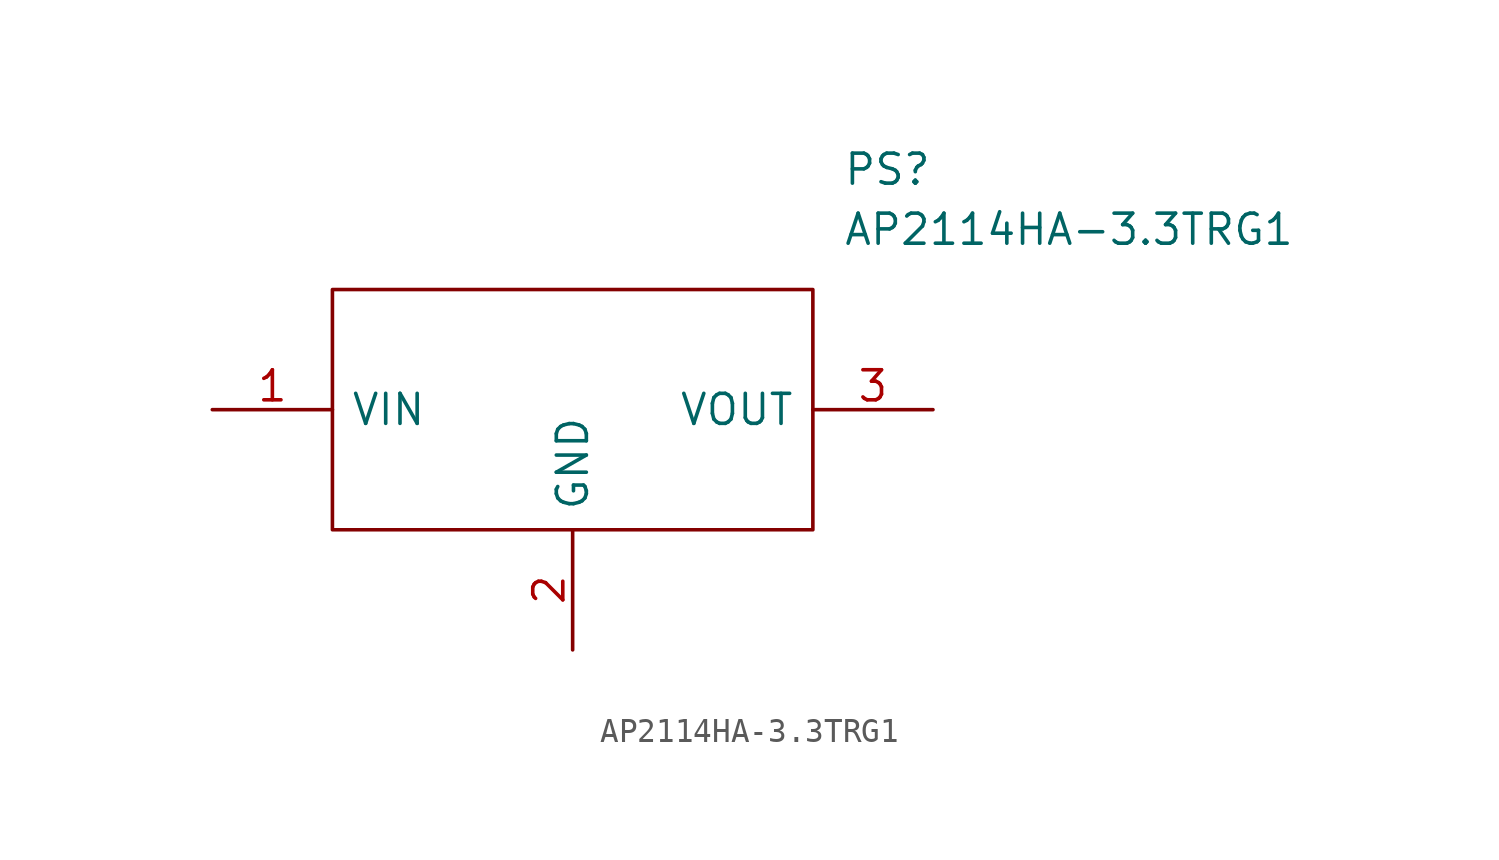
<source format=kicad_sym>
(kicad_symbol_lib
  (version 20211014)
  (generator kicad_symbol_editor)
  (symbol "AP2114HA-3.3TRG1"
    (pin_names
      (offset 0.762))
    (property "Reference" "PS"
      (at 26.67 7.62 0)
      (effects (font (size 1.27 1.27)) (justify left)))
    (property "Value" "AP2114HA-3.3TRG1"
      (at 26.67 5.08 0)
      (effects (font (size 1.27 1.27)) (justify left)))
    (symbol "AP2114HA-3.3TRG1_0_0"
      (pin power_in line (at 0 -2.54 0) (length 5.08) (name "VIN" (effects (font (size 1.27 1.27)))) (number "1" (effects (font (size 1.27 1.27)))))
      (pin passive line (at 15.24 -12.7 90) (length 5.08) (name "GND" (effects (font (size 1.27 1.27)))) (number "2" (effects (font (size 1.27 1.27)))))
      (pin power_out line (at 30.48 -2.54 180) (length 5.08) (name "VOUT" (effects (font (size 1.27 1.27)))) (number "3" (effects (font (size 1.27 1.27))))))
    (symbol "AP2114HA-3.3TRG1_0_1"
      (polyline (pts (xy 5.08 2.54) (xy 25.4 2.54) (xy 25.4 -7.62) (xy 5.08 -7.62) (xy 5.08 2.54)) (stroke (width 0.152) (type default) (color 0 0 0 0)) (fill (type none))))))
</source>
